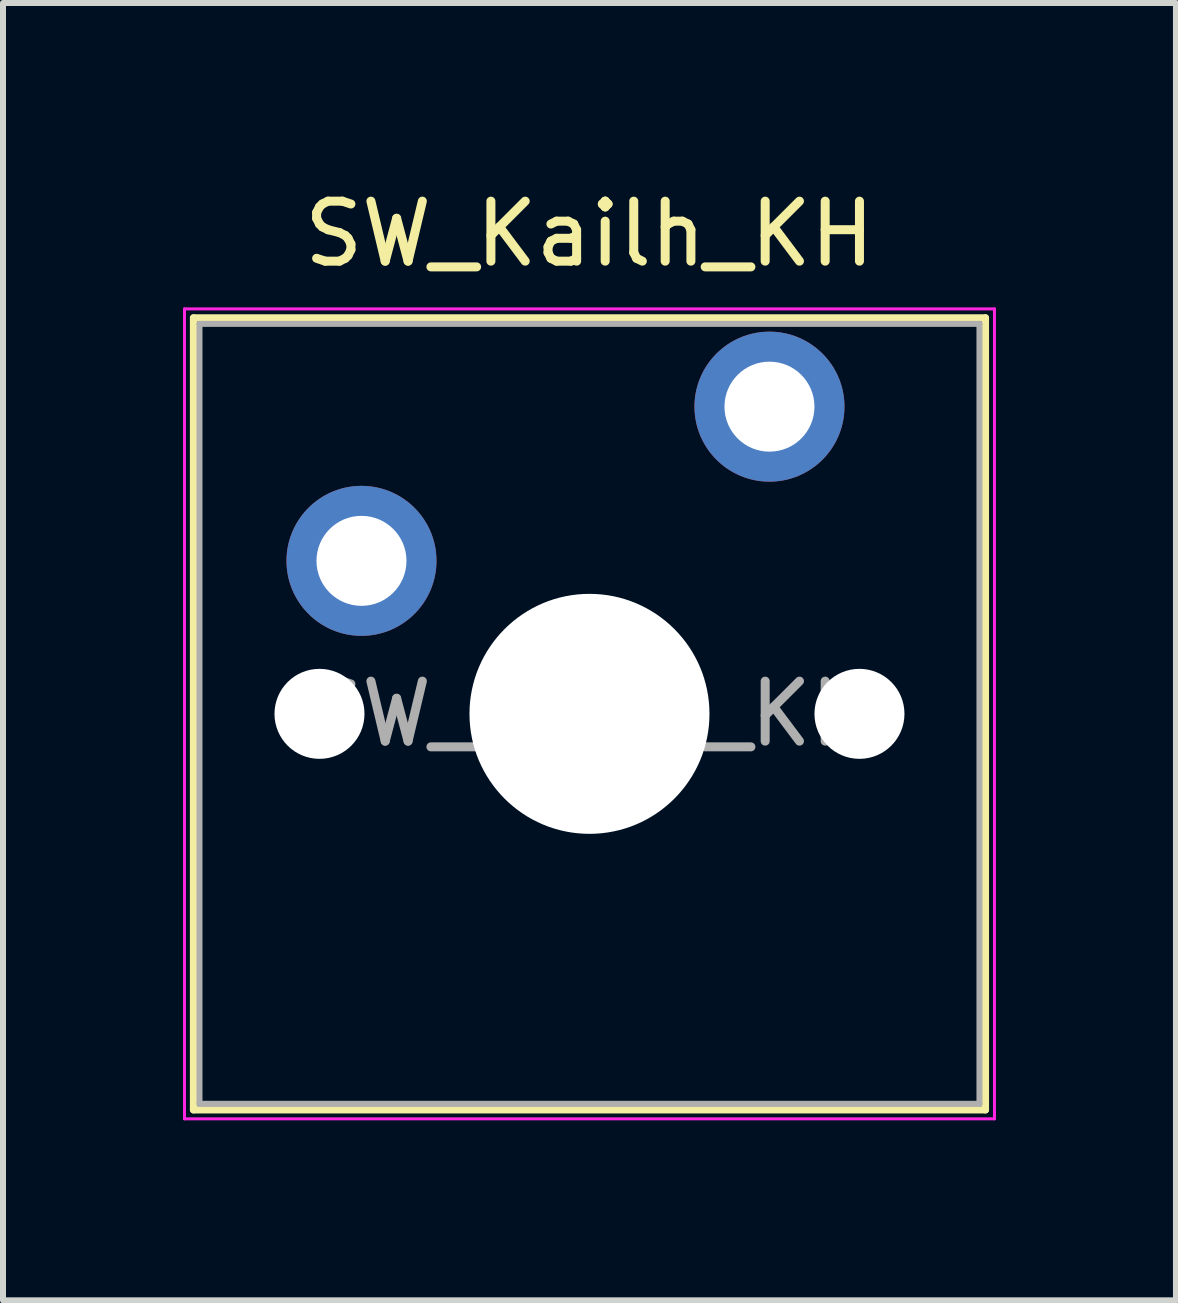
<source format=kicad_pcb>
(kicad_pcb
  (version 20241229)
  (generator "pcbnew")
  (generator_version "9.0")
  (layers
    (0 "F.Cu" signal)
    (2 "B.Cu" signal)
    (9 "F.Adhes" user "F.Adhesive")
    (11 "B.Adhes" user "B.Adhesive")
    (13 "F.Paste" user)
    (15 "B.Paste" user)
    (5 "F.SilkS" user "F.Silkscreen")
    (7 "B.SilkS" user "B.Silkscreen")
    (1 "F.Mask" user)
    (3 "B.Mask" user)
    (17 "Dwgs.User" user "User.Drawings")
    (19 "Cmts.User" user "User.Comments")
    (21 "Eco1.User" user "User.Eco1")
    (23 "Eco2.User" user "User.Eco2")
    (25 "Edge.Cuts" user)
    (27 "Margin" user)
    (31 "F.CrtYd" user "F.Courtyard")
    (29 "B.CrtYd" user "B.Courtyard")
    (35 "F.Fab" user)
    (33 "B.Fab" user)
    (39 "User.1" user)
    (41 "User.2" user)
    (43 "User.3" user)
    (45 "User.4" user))
  (footprint "SW_Kailh_KH"
    (layer "F.Cu")
    (at 6.775 8.848)
    (property "Reference" "SW_Kailh_KH" (at 0 -8 0) (layer "F.SilkS") (effects (font (size 1 1) (thickness 0.15))))
    (attr through_hole)
    (fp_line (start -6.6 -6.6) (end -6.6 6.6) (stroke (width 0.12) (type solid)) (layer "F.SilkS"))
    (fp_line (start -6.6 6.6) (end 6.6 6.6) (stroke (width 0.12) (type solid)) (layer "F.SilkS"))
    (fp_line (start 6.6 -6.6) (end -6.6 -6.6) (stroke (width 0.12) (type solid)) (layer "F.SilkS"))
    (fp_line (start 6.6 6.6) (end 6.6 -6.6) (stroke (width 0.12) (type solid)) (layer "F.SilkS"))
    (fp_line (start -6.1 -6.1) (end -6.1 6.1) (stroke (width 0.1) (type solid)) (layer "Eco1.User"))
    (fp_line (start -6.1 6.1) (end 6.1 6.1) (stroke (width 0.1) (type solid)) (layer "Eco1.User"))
    (fp_line (start 6.1 -6.1) (end -6.1 -6.1) (stroke (width 0.1) (type solid)) (layer "Eco1.User"))
    (fp_line (start 6.1 6.1) (end 6.1 -6.1) (stroke (width 0.1) (type solid)) (layer "Eco1.User"))
    (fp_line (start -6.75 -6.75) (end -6.75 6.75) (stroke (width 0.05) (type solid)) (layer "F.CrtYd"))
    (fp_line (start -6.75 6.75) (end 6.75 6.75) (stroke (width 0.05) (type solid)) (layer "F.CrtYd"))
    (fp_line (start 6.75 -6.75) (end -6.75 -6.75) (stroke (width 0.05) (type solid)) (layer "F.CrtYd"))
    (fp_line (start 6.75 6.75) (end 6.75 -6.75) (stroke (width 0.05) (type solid)) (layer "F.CrtYd"))
    (fp_line (start -6.5 -6.5) (end -6.5 6.5) (stroke (width 0.1) (type solid)) (layer "F.Fab"))
    (fp_line (start -6.5 6.5) (end 6.5 6.5) (stroke (width 0.1) (type solid)) (layer "F.Fab"))
    (fp_line (start 6.5 -6.5) (end -6.5 -6.5) (stroke (width 0.1) (type solid)) (layer "F.Fab"))
    (fp_line (start 6.5 6.5) (end 6.5 -6.5) (stroke (width 0.1) (type solid)) (layer "F.Fab"))
    (fp_text user "${REFERENCE}" (at 0 0 0) (layer "F.Fab") (effects (font (size 1 1) (thickness 0.15))))
    (pad "" np_thru_hole circle (at -4.5 0) (size 1.5 1.5) (drill 1.5) (layers "*.Cu" "*.Mask"))
    (pad "" smd circle (at -3.8 -2.55) (size 1.55 1.55) (layers "F.Mask"))
    (pad "" np_thru_hole circle (at 0 0) (size 4 4) (drill 4) (layers "*.Cu" "*.Mask"))
    (pad "" smd circle (at 3 -5.12) (size 1.55 1.55) (layers "F.Mask"))
    (pad "" np_thru_hole circle (at 4.5 0) (size 1.5 1.5) (drill 1.5) (layers "*.Cu" "*.Mask"))
    (pad "1" thru_hole circle (at -3.8 -2.55) (size 2.5 2.5) (drill 1.5) (layers "*.Cu" "B.Mask"))
    (pad "2" thru_hole circle (at 3 -5.12) (size 2.5 2.5) (drill 1.5) (layers "*.Cu" "B.Mask")))
  (gr_rect
    (start -3 -3)
    (end 16.55 18.623)
    (stroke (width 0.1) (type default))
    (fill no)
    (layer "Edge.Cuts")))
</source>
